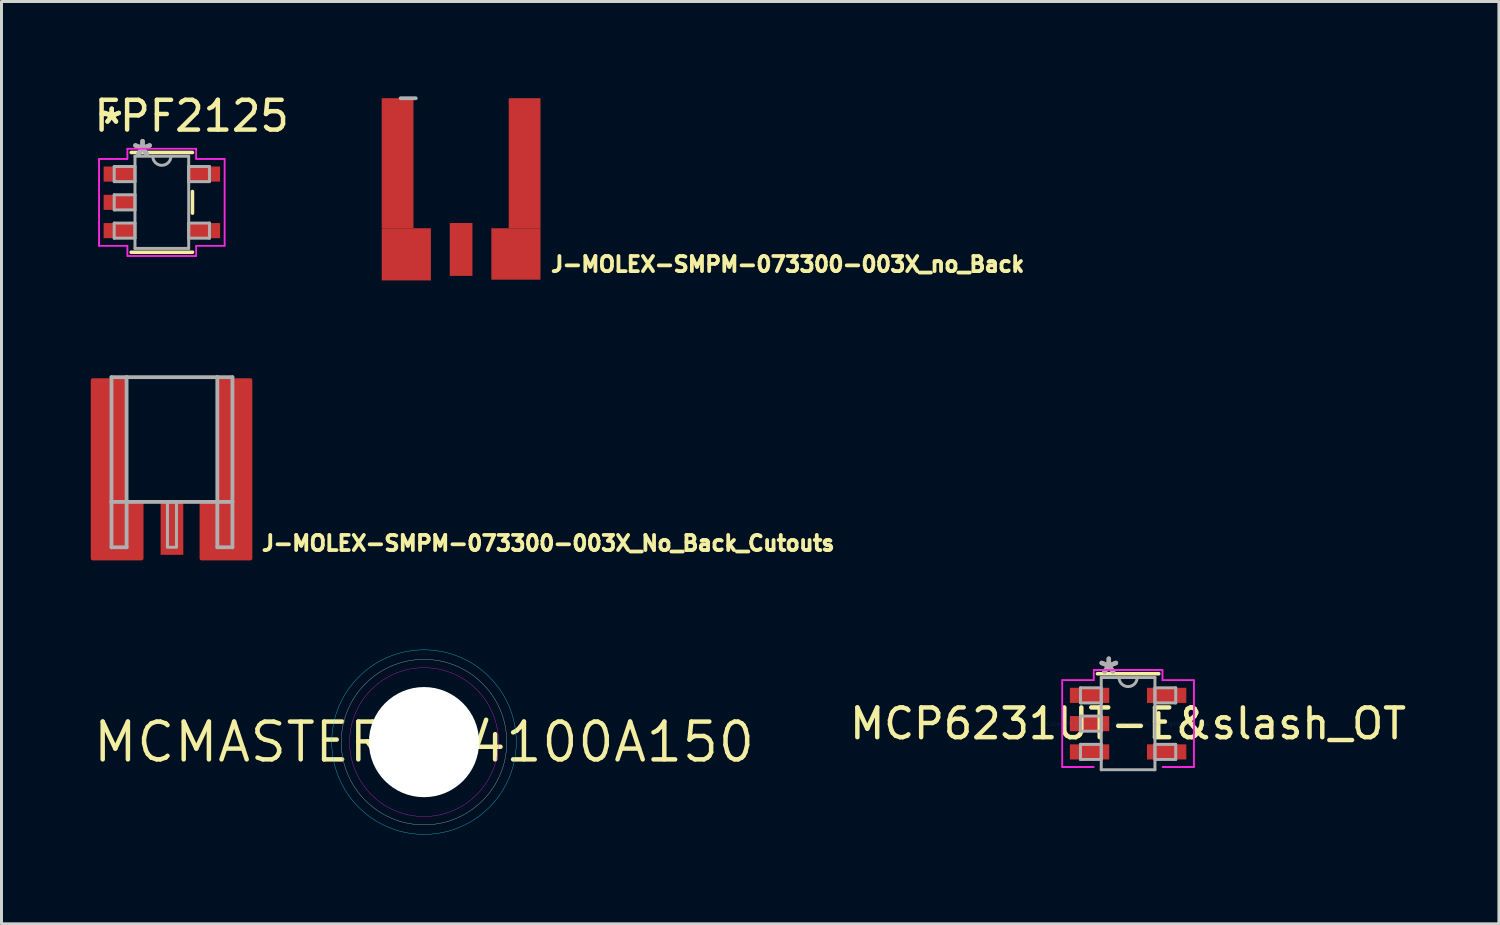
<source format=kicad_pcb>
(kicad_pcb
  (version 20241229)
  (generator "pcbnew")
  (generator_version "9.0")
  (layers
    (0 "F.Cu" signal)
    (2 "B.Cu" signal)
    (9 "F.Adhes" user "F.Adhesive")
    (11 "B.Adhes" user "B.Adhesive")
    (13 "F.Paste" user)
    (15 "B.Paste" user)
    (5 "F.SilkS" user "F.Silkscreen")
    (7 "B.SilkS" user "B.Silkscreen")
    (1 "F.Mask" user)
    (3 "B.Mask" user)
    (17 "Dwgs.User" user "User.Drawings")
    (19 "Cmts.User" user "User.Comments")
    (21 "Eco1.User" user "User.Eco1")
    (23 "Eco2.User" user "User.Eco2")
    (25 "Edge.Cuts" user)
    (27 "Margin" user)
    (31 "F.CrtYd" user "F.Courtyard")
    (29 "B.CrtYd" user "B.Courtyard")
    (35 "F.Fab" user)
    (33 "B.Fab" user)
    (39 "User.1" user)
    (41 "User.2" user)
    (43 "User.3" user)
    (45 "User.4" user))
  (footprint "J-MOLEX-SMPM-073300-003X_No_Back_Cutouts"
    (layer "F.Cu")
    (at 2.727 9.621)
    (property "Reference" "J-MOLEX-SMPM-073300-003X_No_Back_Cutouts" (at 2.953 5.877 0) (layer "F.SilkS") (effects (font (size 0.508 0.508) (thickness 0.127)) (justify left bottom)))
    (fp_line (start -2.032 0) (end -2.032 4.191) (stroke (width 0.127) (type solid)) (layer "F.Fab"))
    (fp_line (start -2.032 4.191) (end -2.032 5.715) (stroke (width 0.127) (type solid)) (layer "F.Fab"))
    (fp_line (start -2.032 4.191) (end -1.524 4.191) (stroke (width 0.127) (type solid)) (layer "F.Fab"))
    (fp_line (start -2.032 5.715) (end -1.524 5.715) (stroke (width 0.127) (type solid)) (layer "F.Fab"))
    (fp_line (start -1.524 0) (end -2.032 0) (stroke (width 0.127) (type solid)) (layer "F.Fab"))
    (fp_line (start -1.524 0) (end -1.524 4.191) (stroke (width 0.127) (type solid)) (layer "F.Fab"))
    (fp_line (start -1.524 4.191) (end 1.524 4.191) (stroke (width 0.127) (type solid)) (layer "F.Fab"))
    (fp_line (start -1.524 5.715) (end -1.524 4.191) (stroke (width 0.127) (type solid)) (layer "F.Fab"))
    (fp_line (start 1.524 0) (end -1.524 0) (stroke (width 0.127) (type solid)) (layer "F.Fab"))
    (fp_line (start 1.524 0) (end 1.524 4.191) (stroke (width 0.127) (type solid)) (layer "F.Fab"))
    (fp_line (start 1.524 4.191) (end 2.032 4.191) (stroke (width 0.127) (type solid)) (layer "F.Fab"))
    (fp_line (start 1.524 5.715) (end 1.524 4.191) (stroke (width 0.127) (type solid)) (layer "F.Fab"))
    (fp_line (start 2.032 0) (end 1.524 0) (stroke (width 0.127) (type solid)) (layer "F.Fab"))
    (fp_line (start 2.032 4.191) (end 2.032 0) (stroke (width 0.127) (type solid)) (layer "F.Fab"))
    (fp_line (start 2.032 4.191) (end 2.032 5.715) (stroke (width 0.127) (type solid)) (layer "F.Fab"))
    (fp_line (start 2.032 5.715) (end 1.524 5.715) (stroke (width 0.127) (type solid)) (layer "F.Fab"))
    (fp_poly (pts (xy -0.152 5.715) (xy 0.152 5.715) (xy 0.152 4.191) (xy -0.152 4.191)) (stroke (width 0.1) (type solid)) (fill no) (layer "F.Fab"))
    (fp_line (start -1.575 0) (end -1.575 3.581) (stroke (width 0.025) (type solid)) (layer "User.1"))
    (fp_line (start -1.549 4.191) (end 1.6 4.191) (stroke (width 0.025) (type solid)) (layer "User.1"))
    (fp_line (start 1.575 0) (end 1.575 3.581) (stroke (width 0.025) (type solid)) (layer "User.1"))
    (fp_arc (start -1.5494 4.191) (mid -1.852103 3.898284) (end -1.5748 3.5814) (stroke (width 0.0254) (type solid)) (layer "User.1"))
    (fp_arc (start 1.5748 3.5814) (mid 1.877503 3.874116) (end 1.6002 4.191) (stroke (width 0.0254) (type solid)) (layer "User.1"))
    (pad "GND" smd custom (at -2.667 6.096) (size 0.001 0.001) (layers "F.Cu" "F.Mask" "F.Paste") (options (anchor rect)) (primitives (gr_poly (pts (xy 0 0) (xy 0 -6) (xy 1.067 -6) (xy 1.067 -1.854) (xy 1.651 -1.854) (xy 1.651 0)) (width 0.12) (fill yes))))
    (pad "GND" smd custom (at 2.64 6.096) (size 0.001 0.001) (layers "F.Cu" "F.Mask" "F.Paste") (options (anchor rect)) (primitives (gr_poly (pts (xy 0 0) (xy 0 -6) (xy -1.067 -6) (xy -1.067 -1.854) (xy -1.651 -1.854) (xy -1.651 0)) (width 0.12) (fill yes))))
    (pad "RF" smd rect (at 0 5.08) (size 0.762 1.778) (layers "F.Cu" "F.Mask")))
  (footprint "MCMASTER-94100A150"
    (layer "F.Cu")
    (at 11.195 21.882)
    (property "Reference" "MCMASTER-94100A150" (at 0 0 0) (layer "F.SilkS") (effects (font (size 1.27 1.27) (thickness 0.15))))
    (fp_circle (center 0 0) (end 1.5 0) (stroke (width 3) (type solid)) (fill yes) (layer "F.Mask"))
    (fp_circle (center 0 0) (end 1.5 0) (stroke (width 3) (type solid)) (fill yes) (layer "B.Mask"))
    (fp_circle (center 0 0) (end 3.1 0) (stroke (width 0.01) (type solid)) (fill no) (layer "B.CrtYd"))
    (fp_circle (center 0 0) (end 2.5 0) (stroke (width 0.01) (type solid)) (fill no) (layer "F.CrtYd"))
    (fp_circle (center 0 0) (end 1.2 0) (stroke (width 0.01) (type solid)) (fill no) (layer "B.Fab"))
    (fp_circle (center 0 0) (end 2.78 0) (stroke (width 0.01) (type solid)) (fill no) (layer "B.Fab"))
    (fp_circle (center 0 0) (end 1.2 0) (stroke (width 0.01) (type solid)) (fill no) (layer "F.Fab"))
    (fp_circle (center 0 0) (end 2.78 0) (stroke (width 0.01) (type solid)) (fill no) (layer "F.Fab"))
    (pad "" np_thru_hole circle (at 0 0) (size 3.7 3.7) (drill 3.7) (layers "*.Cu" "*.Mask"))
    (zone (net_name "") (layers "F.Cu" "B.Cu") (hatch edge 0.508) (connect_pads) (min_thickness 0.254) (filled_areas_thickness no) (keepout (tracks not_allowed) (vias not_allowed) (pads not_allowed) (copperpour not_allowed) (footprints allowed)) (placement (enabled no)) (fill) (polygon (pts (xy 14.195 21.882) (xy 14.15 21.361) (xy 14.014 20.856) (xy 13.793 20.382) (xy 13.494 19.954) (xy 13.124 19.584) (xy 12.695 19.284) (xy 12.221 19.063) (xy 11.716 18.928) (xy 11.195 18.882) (xy 10.674 18.928) (xy 10.169 19.063) (xy 9.695 19.284) (xy 9.267 19.584) (xy 8.897 19.954) (xy 8.597 20.382) (xy 8.376 20.856) (xy 8.241 21.361) (xy 8.195 21.882) (xy 8.241 22.403) (xy 8.376 22.908) (xy 8.597 23.382) (xy 8.897 23.811) (xy 9.267 24.181) (xy 9.695 24.48) (xy 10.169 24.701) (xy 10.674 24.837) (xy 11.195 24.882) (xy 11.716 24.837) (xy 12.221 24.701) (xy 12.695 24.48) (xy 13.124 24.181) (xy 13.494 23.811) (xy 13.793 23.382) (xy 14.014 22.908) (xy 14.15 22.403)))))
  (footprint "MCP6231UT-E&slash_OT"
    (layer "F.Cu")
    (at 34.849 21.261)
    (property "Reference" "MCP6231UT-E&slash_OT" (at 0 0 0) (layer "F.SilkS") (effects (font (size 1 1) (thickness 0.15))))
    (attr through_hole)
    (fp_line (start 1.029 -1.676) (end -1.029 -1.676) (stroke (width 0.12) (type solid)) (layer "F.SilkS"))
    (fp_line (start 1.029 0.363) (end 1.029 -0.363) (stroke (width 0.12) (type solid)) (layer "F.SilkS"))
    (fp_line (start -2.21 -1.458) (end -1.156 -1.458) (stroke (width 0.05) (type solid)) (layer "F.CrtYd"))
    (fp_line (start -2.21 -1.458) (end -1.156 -1.458) (stroke (width 0.05) (type solid)) (layer "F.CrtYd"))
    (fp_line (start -2.21 1.458) (end -2.21 -1.458) (stroke (width 0.05) (type solid)) (layer "F.CrtYd"))
    (fp_line (start -2.21 1.458) (end -2.21 -1.458) (stroke (width 0.05) (type solid)) (layer "F.CrtYd"))
    (fp_line (start -1.156 -1.803) (end 1.156 -1.803) (stroke (width 0.05) (type solid)) (layer "F.CrtYd"))
    (fp_line (start -1.156 -1.803) (end 1.156 -1.803) (stroke (width 0.05) (type solid)) (layer "F.CrtYd"))
    (fp_line (start -1.156 -1.458) (end -1.156 -1.803) (stroke (width 0.05) (type solid)) (layer "F.CrtYd"))
    (fp_line (start -1.156 -1.458) (end -1.156 -1.803) (stroke (width 0.05) (type solid)) (layer "F.CrtYd"))
    (fp_line (start -1.156 1.458) (end -2.21 1.458) (stroke (width 0.05) (type solid)) (layer "F.CrtYd"))
    (fp_line (start -1.156 1.458) (end -2.21 1.458) (stroke (width 0.05) (type solid)) (layer "F.CrtYd"))
    (fp_line (start 1.156 -1.803) (end 1.156 -1.458) (stroke (width 0.05) (type solid)) (layer "F.CrtYd"))
    (fp_line (start 1.156 -1.803) (end 1.156 -1.458) (stroke (width 0.05) (type solid)) (layer "F.CrtYd"))
    (fp_line (start 1.156 -1.458) (end 2.21 -1.458) (stroke (width 0.05) (type solid)) (layer "F.CrtYd"))
    (fp_line (start 1.156 -1.458) (end 2.21 -1.458) (stroke (width 0.05) (type solid)) (layer "F.CrtYd"))
    (fp_line (start 2.21 -1.458) (end 2.21 1.458) (stroke (width 0.05) (type solid)) (layer "F.CrtYd"))
    (fp_line (start 2.21 -1.458) (end 2.21 1.458) (stroke (width 0.05) (type solid)) (layer "F.CrtYd"))
    (fp_line (start 2.21 1.458) (end 1.156 1.458) (stroke (width 0.05) (type solid)) (layer "F.CrtYd"))
    (fp_line (start 2.21 1.458) (end 1.156 1.458) (stroke (width 0.05) (type solid)) (layer "F.CrtYd"))
    (fp_line (start -1.6 -1.204) (end -1.6 -0.696) (stroke (width 0.1) (type solid)) (layer "F.Fab"))
    (fp_line (start -1.6 -0.696) (end -0.902 -0.696) (stroke (width 0.1) (type solid)) (layer "F.Fab"))
    (fp_line (start -1.6 -0.254) (end -1.6 0.254) (stroke (width 0.1) (type solid)) (layer "F.Fab"))
    (fp_line (start -1.6 0.254) (end -0.902 0.254) (stroke (width 0.1) (type solid)) (layer "F.Fab"))
    (fp_line (start -1.6 0.696) (end -1.6 1.204) (stroke (width 0.1) (type solid)) (layer "F.Fab"))
    (fp_line (start -1.6 1.204) (end -0.902 1.204) (stroke (width 0.1) (type solid)) (layer "F.Fab"))
    (fp_line (start -0.902 -1.549) (end -0.902 1.549) (stroke (width 0.1) (type solid)) (layer "F.Fab"))
    (fp_line (start -0.902 -1.204) (end -1.6 -1.204) (stroke (width 0.1) (type solid)) (layer "F.Fab"))
    (fp_line (start -0.902 -0.696) (end -0.902 -1.204) (stroke (width 0.1) (type solid)) (layer "F.Fab"))
    (fp_line (start -0.902 -0.254) (end -1.6 -0.254) (stroke (width 0.1) (type solid)) (layer "F.Fab"))
    (fp_line (start -0.902 0.254) (end -0.902 -0.254) (stroke (width 0.1) (type solid)) (layer "F.Fab"))
    (fp_line (start -0.902 0.696) (end -1.6 0.696) (stroke (width 0.1) (type solid)) (layer "F.Fab"))
    (fp_line (start -0.902 1.204) (end -0.902 0.696) (stroke (width 0.1) (type solid)) (layer "F.Fab"))
    (fp_line (start -0.902 1.549) (end 0.902 1.549) (stroke (width 0.1) (type solid)) (layer "F.Fab"))
    (fp_line (start 0.902 -1.549) (end -0.902 -1.549) (stroke (width 0.1) (type solid)) (layer "F.Fab"))
    (fp_line (start 0.902 -1.204) (end 0.902 -0.696) (stroke (width 0.1) (type solid)) (layer "F.Fab"))
    (fp_line (start 0.902 -0.696) (end 1.6 -0.696) (stroke (width 0.1) (type solid)) (layer "F.Fab"))
    (fp_line (start 0.902 0.696) (end 0.902 1.204) (stroke (width 0.1) (type solid)) (layer "F.Fab"))
    (fp_line (start 0.902 1.204) (end 1.6 1.204) (stroke (width 0.1) (type solid)) (layer "F.Fab"))
    (fp_line (start 0.902 1.549) (end 0.902 -1.549) (stroke (width 0.1) (type solid)) (layer "F.Fab"))
    (fp_line (start 1.6 -1.204) (end 0.902 -1.204) (stroke (width 0.1) (type solid)) (layer "F.Fab"))
    (fp_line (start 1.6 -0.696) (end 1.6 -1.204) (stroke (width 0.1) (type solid)) (layer "F.Fab"))
    (fp_line (start 1.6 0.696) (end 0.902 0.696) (stroke (width 0.1) (type solid)) (layer "F.Fab"))
    (fp_line (start 1.6 1.204) (end 1.6 0.696) (stroke (width 0.1) (type solid)) (layer "F.Fab"))
    (fp_arc (start 0.3048 -1.5494) (mid 0 -1.2446) (end -0.3048 -1.5494) (stroke (width 0.1) (type solid)) (layer "F.Fab"))
    (fp_text user "Copyright 2021 Accelerated Designs. All rights reserved." (at 0 0 0) (layer "Cmts.User") (effects (font (size 0.127 0.127) (thickness 0.002))))
    (fp_text user "*" (at -0.648 -1.636 0) (layer "F.Fab") (effects (font (size 1 1) (thickness 0.15))))
    (fp_text user "*" (at -0.648 -1.636 0) (layer "F.Fab") (effects (font (size 1 1) (thickness 0.15))))
    (pad "1" smd rect (at -1.295 -0.95) (size 1.321 0.508) (layers "F.Cu" "F.Mask" "F.Paste"))
    (pad "2" smd rect (at -1.295 0) (size 1.321 0.508) (layers "F.Cu" "F.Mask" "F.Paste"))
    (pad "3" smd rect (at -1.295 0.95) (size 1.321 0.508) (layers "F.Cu" "F.Mask" "F.Paste"))
    (pad "4" smd rect (at 1.295 0.95) (size 1.321 0.508) (layers "F.Cu" "F.Mask" "F.Paste"))
    (pad "5" smd rect (at 1.295 -0.95) (size 1.321 0.508) (layers "F.Cu" "F.Mask" "F.Paste")))
  (footprint "FPF2125"
    (layer "F.Cu")
    (at 2.387 3.748)
    (property "Reference" "FPF2125" (at 1 -2.9 0) (layer "F.SilkS") (effects (font (size 1 1) (thickness 0.15))))
    (attr through_hole)
    (fp_line (start -1.029 1.676) (end 1.029 1.676) (stroke (width 0.12) (type solid)) (layer "F.SilkS"))
    (fp_line (start 1.029 -1.676) (end -1.029 -1.676) (stroke (width 0.12) (type solid)) (layer "F.SilkS"))
    (fp_line (start 1.029 0.363) (end 1.029 -0.363) (stroke (width 0.12) (type solid)) (layer "F.SilkS"))
    (fp_line (start -2.108 -1.458) (end -1.156 -1.458) (stroke (width 0.05) (type solid)) (layer "F.CrtYd"))
    (fp_line (start -2.108 -1.458) (end -1.156 -1.458) (stroke (width 0.05) (type solid)) (layer "F.CrtYd"))
    (fp_line (start -2.108 1.458) (end -2.108 -1.458) (stroke (width 0.05) (type solid)) (layer "F.CrtYd"))
    (fp_line (start -2.108 1.458) (end -2.108 -1.458) (stroke (width 0.05) (type solid)) (layer "F.CrtYd"))
    (fp_line (start -1.156 -1.803) (end 1.156 -1.803) (stroke (width 0.05) (type solid)) (layer "F.CrtYd"))
    (fp_line (start -1.156 -1.803) (end 1.156 -1.803) (stroke (width 0.05) (type solid)) (layer "F.CrtYd"))
    (fp_line (start -1.156 -1.458) (end -1.156 -1.803) (stroke (width 0.05) (type solid)) (layer "F.CrtYd"))
    (fp_line (start -1.156 -1.458) (end -1.156 -1.803) (stroke (width 0.05) (type solid)) (layer "F.CrtYd"))
    (fp_line (start -1.156 1.458) (end -2.108 1.458) (stroke (width 0.05) (type solid)) (layer "F.CrtYd"))
    (fp_line (start -1.156 1.458) (end -2.108 1.458) (stroke (width 0.05) (type solid)) (layer "F.CrtYd"))
    (fp_line (start -1.156 1.803) (end -1.156 1.458) (stroke (width 0.05) (type solid)) (layer "F.CrtYd"))
    (fp_line (start -1.156 1.803) (end -1.156 1.458) (stroke (width 0.05) (type solid)) (layer "F.CrtYd"))
    (fp_line (start 1.156 -1.803) (end 1.156 -1.458) (stroke (width 0.05) (type solid)) (layer "F.CrtYd"))
    (fp_line (start 1.156 -1.803) (end 1.156 -1.458) (stroke (width 0.05) (type solid)) (layer "F.CrtYd"))
    (fp_line (start 1.156 -1.458) (end 2.108 -1.458) (stroke (width 0.05) (type solid)) (layer "F.CrtYd"))
    (fp_line (start 1.156 -1.458) (end 2.108 -1.458) (stroke (width 0.05) (type solid)) (layer "F.CrtYd"))
    (fp_line (start 1.156 1.458) (end 1.156 1.803) (stroke (width 0.05) (type solid)) (layer "F.CrtYd"))
    (fp_line (start 1.156 1.458) (end 1.156 1.803) (stroke (width 0.05) (type solid)) (layer "F.CrtYd"))
    (fp_line (start 1.156 1.803) (end -1.156 1.803) (stroke (width 0.05) (type solid)) (layer "F.CrtYd"))
    (fp_line (start 1.156 1.803) (end -1.156 1.803) (stroke (width 0.05) (type solid)) (layer "F.CrtYd"))
    (fp_line (start 2.108 -1.458) (end 2.108 1.458) (stroke (width 0.05) (type solid)) (layer "F.CrtYd"))
    (fp_line (start 2.108 -1.458) (end 2.108 1.458) (stroke (width 0.05) (type solid)) (layer "F.CrtYd"))
    (fp_line (start 2.108 1.458) (end 1.156 1.458) (stroke (width 0.05) (type solid)) (layer "F.CrtYd"))
    (fp_line (start 2.108 1.458) (end 1.156 1.458) (stroke (width 0.05) (type solid)) (layer "F.CrtYd"))
    (fp_line (start -1.6 -1.204) (end -1.6 -0.696) (stroke (width 0.1) (type solid)) (layer "F.Fab"))
    (fp_line (start -1.6 -0.696) (end -0.902 -0.696) (stroke (width 0.1) (type solid)) (layer "F.Fab"))
    (fp_line (start -1.6 -0.254) (end -1.6 0.254) (stroke (width 0.1) (type solid)) (layer "F.Fab"))
    (fp_line (start -1.6 0.254) (end -0.902 0.254) (stroke (width 0.1) (type solid)) (layer "F.Fab"))
    (fp_line (start -1.6 0.696) (end -1.6 1.204) (stroke (width 0.1) (type solid)) (layer "F.Fab"))
    (fp_line (start -1.6 1.204) (end -0.902 1.204) (stroke (width 0.1) (type solid)) (layer "F.Fab"))
    (fp_line (start -0.902 -1.549) (end -0.902 1.549) (stroke (width 0.1) (type solid)) (layer "F.Fab"))
    (fp_line (start -0.902 -1.204) (end -1.6 -1.204) (stroke (width 0.1) (type solid)) (layer "F.Fab"))
    (fp_line (start -0.902 -0.696) (end -0.902 -1.204) (stroke (width 0.1) (type solid)) (layer "F.Fab"))
    (fp_line (start -0.902 -0.254) (end -1.6 -0.254) (stroke (width 0.1) (type solid)) (layer "F.Fab"))
    (fp_line (start -0.902 0.254) (end -0.902 -0.254) (stroke (width 0.1) (type solid)) (layer "F.Fab"))
    (fp_line (start -0.902 0.696) (end -1.6 0.696) (stroke (width 0.1) (type solid)) (layer "F.Fab"))
    (fp_line (start -0.902 1.204) (end -0.902 0.696) (stroke (width 0.1) (type solid)) (layer "F.Fab"))
    (fp_line (start -0.902 1.549) (end 0.902 1.549) (stroke (width 0.1) (type solid)) (layer "F.Fab"))
    (fp_line (start 0.902 -1.549) (end -0.902 -1.549) (stroke (width 0.1) (type solid)) (layer "F.Fab"))
    (fp_line (start 0.902 -1.204) (end 0.902 -0.696) (stroke (width 0.1) (type solid)) (layer "F.Fab"))
    (fp_line (start 0.902 -0.696) (end 1.6 -0.696) (stroke (width 0.1) (type solid)) (layer "F.Fab"))
    (fp_line (start 0.902 0.696) (end 0.902 1.204) (stroke (width 0.1) (type solid)) (layer "F.Fab"))
    (fp_line (start 0.902 1.204) (end 1.6 1.204) (stroke (width 0.1) (type solid)) (layer "F.Fab"))
    (fp_line (start 0.902 1.549) (end 0.902 -1.549) (stroke (width 0.1) (type solid)) (layer "F.Fab"))
    (fp_line (start 1.6 -1.204) (end 0.902 -1.204) (stroke (width 0.1) (type solid)) (layer "F.Fab"))
    (fp_line (start 1.6 -0.696) (end 1.6 -1.204) (stroke (width 0.1) (type solid)) (layer "F.Fab"))
    (fp_line (start 1.6 0.696) (end 0.902 0.696) (stroke (width 0.1) (type solid)) (layer "F.Fab"))
    (fp_line (start 1.6 1.204) (end 1.6 0.696) (stroke (width 0.1) (type solid)) (layer "F.Fab"))
    (fp_arc (start 0.3048 -1.5494) (mid 0 -1.2446) (end -0.3048 -1.5494) (stroke (width 0.1) (type solid)) (layer "F.Fab"))
    (fp_text user "*" (at -1.683 -2.601 0) (layer "F.SilkS") (effects (font (size 1 1) (thickness 0.15))))
    (fp_text user "*" (at -1.683 -2.601 0) (layer "F.SilkS") (effects (font (size 1 1) (thickness 0.15))))
    (fp_text user "*" (at -0.648 -1.509 0) (layer "F.Fab") (effects (font (size 1 1) (thickness 0.15))))
    (fp_text user "*" (at -0.648 -1.509 0) (layer "F.Fab") (effects (font (size 1 1) (thickness 0.15))))
    (pad "1" smd rect (at -1.429 -0.95) (size 1.054 0.508) (layers "F.Cu" "F.Mask" "F.Paste"))
    (pad "2" smd rect (at -1.429 0) (size 1.054 0.508) (layers "F.Cu" "F.Mask" "F.Paste"))
    (pad "3" smd rect (at -1.429 0.95) (size 1.054 0.508) (layers "F.Cu" "F.Mask" "F.Paste"))
    (pad "4" smd rect (at 1.429 0.95) (size 1.054 0.508) (layers "F.Cu" "F.Mask" "F.Paste"))
    (pad "5" smd rect (at 1.429 -0.95) (size 1.054 0.508) (layers "F.Cu" "F.Mask" "F.Paste")))
  (footprint "J-MOLEX-SMPM-073300-003X_no_Back"
    (layer "F.Cu")
    (at 12.441 0.25)
    (property "Reference" "J-MOLEX-SMPM-073300-003X_no_Back" (at 2.953 5.877 0) (layer "F.SilkS") (effects (font (size 0.508 0.508) (thickness 0.127)) (justify left bottom)))
    (fp_line (start -1.524 0) (end -2.032 0) (stroke (width 0.127) (type solid)) (layer "F.Fab"))
    (fp_line (start -1.6 0) (end -1.6 4.369) (stroke (width 0.025) (type solid)) (layer "User.1"))
    (fp_line (start -1.6 4.369) (end -1.016 4.369) (stroke (width 0.025) (type solid)) (layer "User.1"))
    (fp_line (start -1.016 4.369) (end -0.381 4.191) (stroke (width 0.025) (type solid)) (layer "User.1"))
    (fp_line (start -0.381 4.191) (end 0.381 4.191) (stroke (width 0.025) (type solid)) (layer "User.1"))
    (fp_line (start 0.381 4.191) (end 1.016 4.369) (stroke (width 0.025) (type solid)) (layer "User.1"))
    (fp_line (start 1.016 4.369) (end 1.6 4.369) (stroke (width 0.025) (type solid)) (layer "User.1"))
    (fp_line (start 1.6 0) (end 1.6 4.369) (stroke (width 0.025) (type solid)) (layer "User.1"))
    (pad "GND" smd rect (at -2.134 2.184) (size 1.067 4.369) (layers "F.Cu" "F.Mask"))
    (pad "GND" smd rect (at -1.841 5.245) (size 1.651 1.753) (layers "F.Cu" "F.Mask"))
    (pad "GND" smd rect (at 1.841 5.232) (size 1.651 1.727) (layers "F.Cu" "F.Mask"))
    (pad "GND" smd rect (at 2.134 2.184) (size 1.067 4.369) (layers "F.Cu" "F.Mask"))
    (pad "RF" smd rect (at 0 5.08) (size 0.762 1.778) (layers "F.Cu" "F.Mask")))
  (gr_rect
    (start -3 -3)
    (end 47.307 27.987)
    (stroke (width 0.1) (type default))
    (fill no)
    (layer "Edge.Cuts")))
</source>
